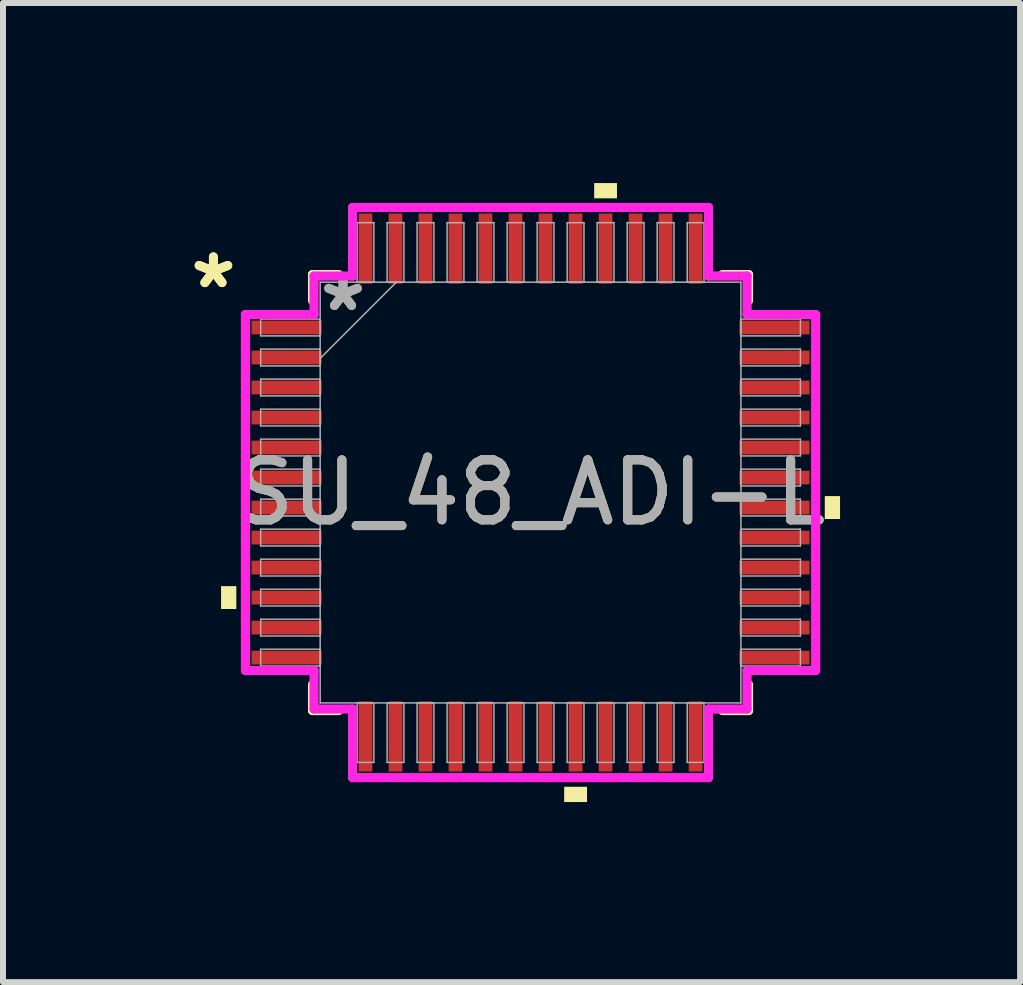
<source format=kicad_pcb>
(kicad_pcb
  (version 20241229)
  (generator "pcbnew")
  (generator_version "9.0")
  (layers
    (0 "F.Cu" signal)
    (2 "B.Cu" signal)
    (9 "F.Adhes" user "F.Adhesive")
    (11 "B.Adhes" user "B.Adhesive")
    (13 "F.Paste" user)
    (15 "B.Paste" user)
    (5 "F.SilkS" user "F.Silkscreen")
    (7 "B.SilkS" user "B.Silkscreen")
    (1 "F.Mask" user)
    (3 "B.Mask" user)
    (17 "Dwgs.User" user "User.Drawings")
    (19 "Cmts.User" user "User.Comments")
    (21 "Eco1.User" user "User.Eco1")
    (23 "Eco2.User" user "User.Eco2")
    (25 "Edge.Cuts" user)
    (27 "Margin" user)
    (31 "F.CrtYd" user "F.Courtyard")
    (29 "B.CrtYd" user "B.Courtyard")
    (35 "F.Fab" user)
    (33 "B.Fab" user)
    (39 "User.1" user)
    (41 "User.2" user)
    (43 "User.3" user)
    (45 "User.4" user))
  (footprint "SU_48_ADI-L"
    (layer "F.Cu")
    (at 5.789 5.156)
    (property "Reference" "SU_48_ADI-L" (at 0 0 0) (unlocked yes) (layer "F.SilkS") (effects (font (size 1 1) (thickness 0.15))))
    (attr smd)
    (fp_line (start -3.632 -3.632) (end -3.632 -3.197) (stroke (width 0.152) (type solid)) (layer "F.SilkS"))
    (fp_line (start -3.632 3.197) (end -3.632 3.632) (stroke (width 0.152) (type solid)) (layer "F.SilkS"))
    (fp_line (start -3.632 3.632) (end -3.197 3.632) (stroke (width 0.152) (type solid)) (layer "F.SilkS"))
    (fp_line (start -3.197 -3.632) (end -3.632 -3.632) (stroke (width 0.152) (type solid)) (layer "F.SilkS"))
    (fp_line (start 3.197 3.632) (end 3.632 3.632) (stroke (width 0.152) (type solid)) (layer "F.SilkS"))
    (fp_line (start 3.632 -3.632) (end 3.197 -3.632) (stroke (width 0.152) (type solid)) (layer "F.SilkS"))
    (fp_line (start 3.632 -3.197) (end 3.632 -3.632) (stroke (width 0.152) (type solid)) (layer "F.SilkS"))
    (fp_line (start 3.632 3.632) (end 3.632 3.197) (stroke (width 0.152) (type solid)) (layer "F.SilkS"))
    (fp_poly (pts (xy -5.156 1.559) (xy -5.156 1.94) (xy -4.902 1.94) (xy -4.902 1.559)) (stroke (width 0) (type solid)) (fill yes) (layer "F.SilkS"))
    (fp_poly (pts (xy 0.56 4.902) (xy 0.56 5.156) (xy 0.941 5.156) (xy 0.941 4.902)) (stroke (width 0) (type solid)) (fill yes) (layer "F.SilkS"))
    (fp_poly (pts (xy 1.06 -4.902) (xy 1.06 -5.156) (xy 1.44 -5.156) (xy 1.44 -4.902)) (stroke (width 0) (type solid)) (fill yes) (layer "F.SilkS"))
    (fp_poly (pts (xy 5.156 0.059) (xy 5.156 0.441) (xy 4.902 0.441) (xy 4.902 0.059)) (stroke (width 0) (type solid)) (fill yes) (layer "F.SilkS"))
    (fp_line (start -4.75 -2.966) (end -3.607 -2.966) (stroke (width 0.152) (type solid)) (layer "F.CrtYd"))
    (fp_line (start -4.75 2.966) (end -4.75 -2.966) (stroke (width 0.152) (type solid)) (layer "F.CrtYd"))
    (fp_line (start -3.607 -3.607) (end -2.966 -3.607) (stroke (width 0.152) (type solid)) (layer "F.CrtYd"))
    (fp_line (start -3.607 -2.966) (end -3.607 -3.607) (stroke (width 0.152) (type solid)) (layer "F.CrtYd"))
    (fp_line (start -3.607 2.966) (end -4.75 2.966) (stroke (width 0.152) (type solid)) (layer "F.CrtYd"))
    (fp_line (start -3.607 3.607) (end -3.607 2.966) (stroke (width 0.152) (type solid)) (layer "F.CrtYd"))
    (fp_line (start -3.607 3.607) (end -2.966 3.607) (stroke (width 0.152) (type solid)) (layer "F.CrtYd"))
    (fp_line (start -2.966 -4.75) (end 2.966 -4.75) (stroke (width 0.152) (type solid)) (layer "F.CrtYd"))
    (fp_line (start -2.966 -3.607) (end -2.966 -4.75) (stroke (width 0.152) (type solid)) (layer "F.CrtYd"))
    (fp_line (start -2.966 3.607) (end -2.966 4.75) (stroke (width 0.152) (type solid)) (layer "F.CrtYd"))
    (fp_line (start -2.966 4.75) (end 2.966 4.75) (stroke (width 0.152) (type solid)) (layer "F.CrtYd"))
    (fp_line (start 2.966 -4.75) (end 2.966 -3.607) (stroke (width 0.152) (type solid)) (layer "F.CrtYd"))
    (fp_line (start 2.966 -3.607) (end 3.607 -3.607) (stroke (width 0.152) (type solid)) (layer "F.CrtYd"))
    (fp_line (start 2.966 3.607) (end 3.607 3.607) (stroke (width 0.152) (type solid)) (layer "F.CrtYd"))
    (fp_line (start 2.966 4.75) (end 2.966 3.607) (stroke (width 0.152) (type solid)) (layer "F.CrtYd"))
    (fp_line (start 3.607 -2.966) (end 3.607 -3.607) (stroke (width 0.152) (type solid)) (layer "F.CrtYd"))
    (fp_line (start 3.607 2.966) (end 4.75 2.966) (stroke (width 0.152) (type solid)) (layer "F.CrtYd"))
    (fp_line (start 3.607 3.607) (end 3.607 2.966) (stroke (width 0.152) (type solid)) (layer "F.CrtYd"))
    (fp_line (start 4.75 -2.966) (end 3.607 -2.966) (stroke (width 0.152) (type solid)) (layer "F.CrtYd"))
    (fp_line (start 4.75 2.966) (end 4.75 -2.966) (stroke (width 0.152) (type solid)) (layer "F.CrtYd"))
    (fp_line (start -4.496 -2.89) (end -4.496 -2.61) (stroke (width 0.025) (type solid)) (layer "F.Fab"))
    (fp_line (start -4.496 -2.61) (end -3.505 -2.61) (stroke (width 0.025) (type solid)) (layer "F.Fab"))
    (fp_line (start -4.496 -2.39) (end -4.496 -2.11) (stroke (width 0.025) (type solid)) (layer "F.Fab"))
    (fp_line (start -4.496 -2.11) (end -3.505 -2.11) (stroke (width 0.025) (type solid)) (layer "F.Fab"))
    (fp_line (start -4.496 -1.89) (end -4.496 -1.61) (stroke (width 0.025) (type solid)) (layer "F.Fab"))
    (fp_line (start -4.496 -1.61) (end -3.505 -1.61) (stroke (width 0.025) (type solid)) (layer "F.Fab"))
    (fp_line (start -4.496 -1.39) (end -4.496 -1.11) (stroke (width 0.025) (type solid)) (layer "F.Fab"))
    (fp_line (start -4.496 -1.11) (end -3.505 -1.11) (stroke (width 0.025) (type solid)) (layer "F.Fab"))
    (fp_line (start -4.496 -0.89) (end -4.496 -0.61) (stroke (width 0.025) (type solid)) (layer "F.Fab"))
    (fp_line (start -4.496 -0.61) (end -3.505 -0.61) (stroke (width 0.025) (type solid)) (layer "F.Fab"))
    (fp_line (start -4.496 -0.39) (end -4.496 -0.11) (stroke (width 0.025) (type solid)) (layer "F.Fab"))
    (fp_line (start -4.496 -0.11) (end -3.505 -0.11) (stroke (width 0.025) (type solid)) (layer "F.Fab"))
    (fp_line (start -4.496 0.11) (end -4.496 0.39) (stroke (width 0.025) (type solid)) (layer "F.Fab"))
    (fp_line (start -4.496 0.39) (end -3.505 0.39) (stroke (width 0.025) (type solid)) (layer "F.Fab"))
    (fp_line (start -4.496 0.61) (end -4.496 0.89) (stroke (width 0.025) (type solid)) (layer "F.Fab"))
    (fp_line (start -4.496 0.89) (end -3.505 0.89) (stroke (width 0.025) (type solid)) (layer "F.Fab"))
    (fp_line (start -4.496 1.11) (end -4.496 1.39) (stroke (width 0.025) (type solid)) (layer "F.Fab"))
    (fp_line (start -4.496 1.39) (end -3.505 1.39) (stroke (width 0.025) (type solid)) (layer "F.Fab"))
    (fp_line (start -4.496 1.61) (end -4.496 1.89) (stroke (width 0.025) (type solid)) (layer "F.Fab"))
    (fp_line (start -4.496 1.89) (end -3.505 1.89) (stroke (width 0.025) (type solid)) (layer "F.Fab"))
    (fp_line (start -4.496 2.11) (end -4.496 2.39) (stroke (width 0.025) (type solid)) (layer "F.Fab"))
    (fp_line (start -4.496 2.39) (end -3.505 2.39) (stroke (width 0.025) (type solid)) (layer "F.Fab"))
    (fp_line (start -4.496 2.61) (end -4.496 2.89) (stroke (width 0.025) (type solid)) (layer "F.Fab"))
    (fp_line (start -4.496 2.89) (end -3.505 2.89) (stroke (width 0.025) (type solid)) (layer "F.Fab"))
    (fp_line (start -3.505 -3.505) (end -3.505 3.505) (stroke (width 0.025) (type solid)) (layer "F.Fab"))
    (fp_line (start -3.505 -2.89) (end -4.496 -2.89) (stroke (width 0.025) (type solid)) (layer "F.Fab"))
    (fp_line (start -3.505 -2.61) (end -3.505 -2.89) (stroke (width 0.025) (type solid)) (layer "F.Fab"))
    (fp_line (start -3.505 -2.39) (end -4.496 -2.39) (stroke (width 0.025) (type solid)) (layer "F.Fab"))
    (fp_line (start -3.505 -2.235) (end -2.235 -3.505) (stroke (width 0.025) (type solid)) (layer "F.Fab"))
    (fp_line (start -3.505 -2.11) (end -3.505 -2.39) (stroke (width 0.025) (type solid)) (layer "F.Fab"))
    (fp_line (start -3.505 -1.89) (end -4.496 -1.89) (stroke (width 0.025) (type solid)) (layer "F.Fab"))
    (fp_line (start -3.505 -1.61) (end -3.505 -1.89) (stroke (width 0.025) (type solid)) (layer "F.Fab"))
    (fp_line (start -3.505 -1.39) (end -4.496 -1.39) (stroke (width 0.025) (type solid)) (layer "F.Fab"))
    (fp_line (start -3.505 -1.11) (end -3.505 -1.39) (stroke (width 0.025) (type solid)) (layer "F.Fab"))
    (fp_line (start -3.505 -0.89) (end -4.496 -0.89) (stroke (width 0.025) (type solid)) (layer "F.Fab"))
    (fp_line (start -3.505 -0.61) (end -3.505 -0.89) (stroke (width 0.025) (type solid)) (layer "F.Fab"))
    (fp_line (start -3.505 -0.39) (end -4.496 -0.39) (stroke (width 0.025) (type solid)) (layer "F.Fab"))
    (fp_line (start -3.505 -0.11) (end -3.505 -0.39) (stroke (width 0.025) (type solid)) (layer "F.Fab"))
    (fp_line (start -3.505 0.11) (end -4.496 0.11) (stroke (width 0.025) (type solid)) (layer "F.Fab"))
    (fp_line (start -3.505 0.39) (end -3.505 0.11) (stroke (width 0.025) (type solid)) (layer "F.Fab"))
    (fp_line (start -3.505 0.61) (end -4.496 0.61) (stroke (width 0.025) (type solid)) (layer "F.Fab"))
    (fp_line (start -3.505 0.89) (end -3.505 0.61) (stroke (width 0.025) (type solid)) (layer "F.Fab"))
    (fp_line (start -3.505 1.11) (end -4.496 1.11) (stroke (width 0.025) (type solid)) (layer "F.Fab"))
    (fp_line (start -3.505 1.39) (end -3.505 1.11) (stroke (width 0.025) (type solid)) (layer "F.Fab"))
    (fp_line (start -3.505 1.61) (end -4.496 1.61) (stroke (width 0.025) (type solid)) (layer "F.Fab"))
    (fp_line (start -3.505 1.89) (end -3.505 1.61) (stroke (width 0.025) (type solid)) (layer "F.Fab"))
    (fp_line (start -3.505 2.11) (end -4.496 2.11) (stroke (width 0.025) (type solid)) (layer "F.Fab"))
    (fp_line (start -3.505 2.39) (end -3.505 2.11) (stroke (width 0.025) (type solid)) (layer "F.Fab"))
    (fp_line (start -3.505 2.61) (end -4.496 2.61) (stroke (width 0.025) (type solid)) (layer "F.Fab"))
    (fp_line (start -3.505 2.89) (end -3.505 2.61) (stroke (width 0.025) (type solid)) (layer "F.Fab"))
    (fp_line (start -3.505 3.505) (end 3.505 3.505) (stroke (width 0.025) (type solid)) (layer "F.Fab"))
    (fp_line (start -2.89 -4.496) (end -2.89 -3.505) (stroke (width 0.025) (type solid)) (layer "F.Fab"))
    (fp_line (start -2.89 -3.505) (end -2.61 -3.505) (stroke (width 0.025) (type solid)) (layer "F.Fab"))
    (fp_line (start -2.89 3.505) (end -2.89 4.496) (stroke (width 0.025) (type solid)) (layer "F.Fab"))
    (fp_line (start -2.89 4.496) (end -2.61 4.496) (stroke (width 0.025) (type solid)) (layer "F.Fab"))
    (fp_line (start -2.61 -4.496) (end -2.89 -4.496) (stroke (width 0.025) (type solid)) (layer "F.Fab"))
    (fp_line (start -2.61 -3.505) (end -2.61 -4.496) (stroke (width 0.025) (type solid)) (layer "F.Fab"))
    (fp_line (start -2.61 3.505) (end -2.89 3.505) (stroke (width 0.025) (type solid)) (layer "F.Fab"))
    (fp_line (start -2.61 4.496) (end -2.61 3.505) (stroke (width 0.025) (type solid)) (layer "F.Fab"))
    (fp_line (start -2.39 -4.496) (end -2.39 -3.505) (stroke (width 0.025) (type solid)) (layer "F.Fab"))
    (fp_line (start -2.39 -3.505) (end -2.11 -3.505) (stroke (width 0.025) (type solid)) (layer "F.Fab"))
    (fp_line (start -2.39 3.505) (end -2.39 4.496) (stroke (width 0.025) (type solid)) (layer "F.Fab"))
    (fp_line (start -2.39 4.496) (end -2.11 4.496) (stroke (width 0.025) (type solid)) (layer "F.Fab"))
    (fp_line (start -2.11 -4.496) (end -2.39 -4.496) (stroke (width 0.025) (type solid)) (layer "F.Fab"))
    (fp_line (start -2.11 -3.505) (end -2.11 -4.496) (stroke (width 0.025) (type solid)) (layer "F.Fab"))
    (fp_line (start -2.11 3.505) (end -2.39 3.505) (stroke (width 0.025) (type solid)) (layer "F.Fab"))
    (fp_line (start -2.11 4.496) (end -2.11 3.505) (stroke (width 0.025) (type solid)) (layer "F.Fab"))
    (fp_line (start -1.89 -4.496) (end -1.89 -3.505) (stroke (width 0.025) (type solid)) (layer "F.Fab"))
    (fp_line (start -1.89 -3.505) (end -1.61 -3.505) (stroke (width 0.025) (type solid)) (layer "F.Fab"))
    (fp_line (start -1.89 3.505) (end -1.89 4.496) (stroke (width 0.025) (type solid)) (layer "F.Fab"))
    (fp_line (start -1.89 4.496) (end -1.61 4.496) (stroke (width 0.025) (type solid)) (layer "F.Fab"))
    (fp_line (start -1.61 -4.496) (end -1.89 -4.496) (stroke (width 0.025) (type solid)) (layer "F.Fab"))
    (fp_line (start -1.61 -3.505) (end -1.61 -4.496) (stroke (width 0.025) (type solid)) (layer "F.Fab"))
    (fp_line (start -1.61 3.505) (end -1.89 3.505) (stroke (width 0.025) (type solid)) (layer "F.Fab"))
    (fp_line (start -1.61 4.496) (end -1.61 3.505) (stroke (width 0.025) (type solid)) (layer "F.Fab"))
    (fp_line (start -1.39 -4.496) (end -1.39 -3.505) (stroke (width 0.025) (type solid)) (layer "F.Fab"))
    (fp_line (start -1.39 -3.505) (end -1.11 -3.505) (stroke (width 0.025) (type solid)) (layer "F.Fab"))
    (fp_line (start -1.39 3.505) (end -1.39 4.496) (stroke (width 0.025) (type solid)) (layer "F.Fab"))
    (fp_line (start -1.39 4.496) (end -1.11 4.496) (stroke (width 0.025) (type solid)) (layer "F.Fab"))
    (fp_line (start -1.11 -4.496) (end -1.39 -4.496) (stroke (width 0.025) (type solid)) (layer "F.Fab"))
    (fp_line (start -1.11 -3.505) (end -1.11 -4.496) (stroke (width 0.025) (type solid)) (layer "F.Fab"))
    (fp_line (start -1.11 3.505) (end -1.39 3.505) (stroke (width 0.025) (type solid)) (layer "F.Fab"))
    (fp_line (start -1.11 4.496) (end -1.11 3.505) (stroke (width 0.025) (type solid)) (layer "F.Fab"))
    (fp_line (start -0.89 -4.496) (end -0.89 -3.505) (stroke (width 0.025) (type solid)) (layer "F.Fab"))
    (fp_line (start -0.89 -3.505) (end -0.61 -3.505) (stroke (width 0.025) (type solid)) (layer "F.Fab"))
    (fp_line (start -0.89 3.505) (end -0.89 4.496) (stroke (width 0.025) (type solid)) (layer "F.Fab"))
    (fp_line (start -0.89 4.496) (end -0.61 4.496) (stroke (width 0.025) (type solid)) (layer "F.Fab"))
    (fp_line (start -0.61 -4.496) (end -0.89 -4.496) (stroke (width 0.025) (type solid)) (layer "F.Fab"))
    (fp_line (start -0.61 -3.505) (end -0.61 -4.496) (stroke (width 0.025) (type solid)) (layer "F.Fab"))
    (fp_line (start -0.61 3.505) (end -0.89 3.505) (stroke (width 0.025) (type solid)) (layer "F.Fab"))
    (fp_line (start -0.61 4.496) (end -0.61 3.505) (stroke (width 0.025) (type solid)) (layer "F.Fab"))
    (fp_line (start -0.39 -4.496) (end -0.39 -3.505) (stroke (width 0.025) (type solid)) (layer "F.Fab"))
    (fp_line (start -0.39 -3.505) (end -0.11 -3.505) (stroke (width 0.025) (type solid)) (layer "F.Fab"))
    (fp_line (start -0.39 3.505) (end -0.39 4.496) (stroke (width 0.025) (type solid)) (layer "F.Fab"))
    (fp_line (start -0.39 4.496) (end -0.11 4.496) (stroke (width 0.025) (type solid)) (layer "F.Fab"))
    (fp_line (start -0.11 -4.496) (end -0.39 -4.496) (stroke (width 0.025) (type solid)) (layer "F.Fab"))
    (fp_line (start -0.11 -3.505) (end -0.11 -4.496) (stroke (width 0.025) (type solid)) (layer "F.Fab"))
    (fp_line (start -0.11 3.505) (end -0.39 3.505) (stroke (width 0.025) (type solid)) (layer "F.Fab"))
    (fp_line (start -0.11 4.496) (end -0.11 3.505) (stroke (width 0.025) (type solid)) (layer "F.Fab"))
    (fp_line (start 0.11 -4.496) (end 0.11 -3.505) (stroke (width 0.025) (type solid)) (layer "F.Fab"))
    (fp_line (start 0.11 -3.505) (end 0.39 -3.505) (stroke (width 0.025) (type solid)) (layer "F.Fab"))
    (fp_line (start 0.11 3.505) (end 0.11 4.496) (stroke (width 0.025) (type solid)) (layer "F.Fab"))
    (fp_line (start 0.11 4.496) (end 0.39 4.496) (stroke (width 0.025) (type solid)) (layer "F.Fab"))
    (fp_line (start 0.39 -4.496) (end 0.11 -4.496) (stroke (width 0.025) (type solid)) (layer "F.Fab"))
    (fp_line (start 0.39 -3.505) (end 0.39 -4.496) (stroke (width 0.025) (type solid)) (layer "F.Fab"))
    (fp_line (start 0.39 3.505) (end 0.11 3.505) (stroke (width 0.025) (type solid)) (layer "F.Fab"))
    (fp_line (start 0.39 4.496) (end 0.39 3.505) (stroke (width 0.025) (type solid)) (layer "F.Fab"))
    (fp_line (start 0.61 -4.496) (end 0.61 -3.505) (stroke (width 0.025) (type solid)) (layer "F.Fab"))
    (fp_line (start 0.61 -3.505) (end 0.89 -3.505) (stroke (width 0.025) (type solid)) (layer "F.Fab"))
    (fp_line (start 0.61 3.505) (end 0.61 4.496) (stroke (width 0.025) (type solid)) (layer "F.Fab"))
    (fp_line (start 0.61 4.496) (end 0.89 4.496) (stroke (width 0.025) (type solid)) (layer "F.Fab"))
    (fp_line (start 0.89 -4.496) (end 0.61 -4.496) (stroke (width 0.025) (type solid)) (layer "F.Fab"))
    (fp_line (start 0.89 -3.505) (end 0.89 -4.496) (stroke (width 0.025) (type solid)) (layer "F.Fab"))
    (fp_line (start 0.89 3.505) (end 0.61 3.505) (stroke (width 0.025) (type solid)) (layer "F.Fab"))
    (fp_line (start 0.89 4.496) (end 0.89 3.505) (stroke (width 0.025) (type solid)) (layer "F.Fab"))
    (fp_line (start 1.11 -4.496) (end 1.11 -3.505) (stroke (width 0.025) (type solid)) (layer "F.Fab"))
    (fp_line (start 1.11 -3.505) (end 1.39 -3.505) (stroke (width 0.025) (type solid)) (layer "F.Fab"))
    (fp_line (start 1.11 3.505) (end 1.11 4.496) (stroke (width 0.025) (type solid)) (layer "F.Fab"))
    (fp_line (start 1.11 4.496) (end 1.39 4.496) (stroke (width 0.025) (type solid)) (layer "F.Fab"))
    (fp_line (start 1.39 -4.496) (end 1.11 -4.496) (stroke (width 0.025) (type solid)) (layer "F.Fab"))
    (fp_line (start 1.39 -3.505) (end 1.39 -4.496) (stroke (width 0.025) (type solid)) (layer "F.Fab"))
    (fp_line (start 1.39 3.505) (end 1.11 3.505) (stroke (width 0.025) (type solid)) (layer "F.Fab"))
    (fp_line (start 1.39 4.496) (end 1.39 3.505) (stroke (width 0.025) (type solid)) (layer "F.Fab"))
    (fp_line (start 1.61 -4.496) (end 1.61 -3.505) (stroke (width 0.025) (type solid)) (layer "F.Fab"))
    (fp_line (start 1.61 -3.505) (end 1.89 -3.505) (stroke (width 0.025) (type solid)) (layer "F.Fab"))
    (fp_line (start 1.61 3.505) (end 1.61 4.496) (stroke (width 0.025) (type solid)) (layer "F.Fab"))
    (fp_line (start 1.61 4.496) (end 1.89 4.496) (stroke (width 0.025) (type solid)) (layer "F.Fab"))
    (fp_line (start 1.89 -4.496) (end 1.61 -4.496) (stroke (width 0.025) (type solid)) (layer "F.Fab"))
    (fp_line (start 1.89 -3.505) (end 1.89 -4.496) (stroke (width 0.025) (type solid)) (layer "F.Fab"))
    (fp_line (start 1.89 3.505) (end 1.61 3.505) (stroke (width 0.025) (type solid)) (layer "F.Fab"))
    (fp_line (start 1.89 4.496) (end 1.89 3.505) (stroke (width 0.025) (type solid)) (layer "F.Fab"))
    (fp_line (start 2.11 -4.496) (end 2.11 -3.505) (stroke (width 0.025) (type solid)) (layer "F.Fab"))
    (fp_line (start 2.11 -3.505) (end 2.39 -3.505) (stroke (width 0.025) (type solid)) (layer "F.Fab"))
    (fp_line (start 2.11 3.505) (end 2.11 4.496) (stroke (width 0.025) (type solid)) (layer "F.Fab"))
    (fp_line (start 2.11 4.496) (end 2.39 4.496) (stroke (width 0.025) (type solid)) (layer "F.Fab"))
    (fp_line (start 2.39 -4.496) (end 2.11 -4.496) (stroke (width 0.025) (type solid)) (layer "F.Fab"))
    (fp_line (start 2.39 -3.505) (end 2.39 -4.496) (stroke (width 0.025) (type solid)) (layer "F.Fab"))
    (fp_line (start 2.39 3.505) (end 2.11 3.505) (stroke (width 0.025) (type solid)) (layer "F.Fab"))
    (fp_line (start 2.39 4.496) (end 2.39 3.505) (stroke (width 0.025) (type solid)) (layer "F.Fab"))
    (fp_line (start 2.61 -4.496) (end 2.61 -3.505) (stroke (width 0.025) (type solid)) (layer "F.Fab"))
    (fp_line (start 2.61 -3.505) (end 2.89 -3.505) (stroke (width 0.025) (type solid)) (layer "F.Fab"))
    (fp_line (start 2.61 3.505) (end 2.61 4.496) (stroke (width 0.025) (type solid)) (layer "F.Fab"))
    (fp_line (start 2.61 4.496) (end 2.89 4.496) (stroke (width 0.025) (type solid)) (layer "F.Fab"))
    (fp_line (start 2.89 -4.496) (end 2.61 -4.496) (stroke (width 0.025) (type solid)) (layer "F.Fab"))
    (fp_line (start 2.89 -3.505) (end 2.89 -4.496) (stroke (width 0.025) (type solid)) (layer "F.Fab"))
    (fp_line (start 2.89 3.505) (end 2.61 3.505) (stroke (width 0.025) (type solid)) (layer "F.Fab"))
    (fp_line (start 2.89 4.496) (end 2.89 3.505) (stroke (width 0.025) (type solid)) (layer "F.Fab"))
    (fp_line (start 3.505 -3.505) (end -3.505 -3.505) (stroke (width 0.025) (type solid)) (layer "F.Fab"))
    (fp_line (start 3.505 -2.89) (end 3.505 -2.61) (stroke (width 0.025) (type solid)) (layer "F.Fab"))
    (fp_line (start 3.505 -2.61) (end 4.496 -2.61) (stroke (width 0.025) (type solid)) (layer "F.Fab"))
    (fp_line (start 3.505 -2.39) (end 3.505 -2.11) (stroke (width 0.025) (type solid)) (layer "F.Fab"))
    (fp_line (start 3.505 -2.11) (end 4.496 -2.11) (stroke (width 0.025) (type solid)) (layer "F.Fab"))
    (fp_line (start 3.505 -1.89) (end 3.505 -1.61) (stroke (width 0.025) (type solid)) (layer "F.Fab"))
    (fp_line (start 3.505 -1.61) (end 4.496 -1.61) (stroke (width 0.025) (type solid)) (layer "F.Fab"))
    (fp_line (start 3.505 -1.39) (end 3.505 -1.11) (stroke (width 0.025) (type solid)) (layer "F.Fab"))
    (fp_line (start 3.505 -1.11) (end 4.496 -1.11) (stroke (width 0.025) (type solid)) (layer "F.Fab"))
    (fp_line (start 3.505 -0.89) (end 3.505 -0.61) (stroke (width 0.025) (type solid)) (layer "F.Fab"))
    (fp_line (start 3.505 -0.61) (end 4.496 -0.61) (stroke (width 0.025) (type solid)) (layer "F.Fab"))
    (fp_line (start 3.505 -0.39) (end 3.505 -0.11) (stroke (width 0.025) (type solid)) (layer "F.Fab"))
    (fp_line (start 3.505 -0.11) (end 4.496 -0.11) (stroke (width 0.025) (type solid)) (layer "F.Fab"))
    (fp_line (start 3.505 0.11) (end 3.505 0.39) (stroke (width 0.025) (type solid)) (layer "F.Fab"))
    (fp_line (start 3.505 0.39) (end 4.496 0.39) (stroke (width 0.025) (type solid)) (layer "F.Fab"))
    (fp_line (start 3.505 0.61) (end 3.505 0.89) (stroke (width 0.025) (type solid)) (layer "F.Fab"))
    (fp_line (start 3.505 0.89) (end 4.496 0.89) (stroke (width 0.025) (type solid)) (layer "F.Fab"))
    (fp_line (start 3.505 1.11) (end 3.505 1.39) (stroke (width 0.025) (type solid)) (layer "F.Fab"))
    (fp_line (start 3.505 1.39) (end 4.496 1.39) (stroke (width 0.025) (type solid)) (layer "F.Fab"))
    (fp_line (start 3.505 1.61) (end 3.505 1.89) (stroke (width 0.025) (type solid)) (layer "F.Fab"))
    (fp_line (start 3.505 1.89) (end 4.496 1.89) (stroke (width 0.025) (type solid)) (layer "F.Fab"))
    (fp_line (start 3.505 2.11) (end 3.505 2.39) (stroke (width 0.025) (type solid)) (layer "F.Fab"))
    (fp_line (start 3.505 2.39) (end 4.496 2.39) (stroke (width 0.025) (type solid)) (layer "F.Fab"))
    (fp_line (start 3.505 2.61) (end 3.505 2.89) (stroke (width 0.025) (type solid)) (layer "F.Fab"))
    (fp_line (start 3.505 2.89) (end 4.496 2.89) (stroke (width 0.025) (type solid)) (layer "F.Fab"))
    (fp_line (start 3.505 3.505) (end 3.505 -3.505) (stroke (width 0.025) (type solid)) (layer "F.Fab"))
    (fp_line (start 4.496 -2.89) (end 3.505 -2.89) (stroke (width 0.025) (type solid)) (layer "F.Fab"))
    (fp_line (start 4.496 -2.61) (end 4.496 -2.89) (stroke (width 0.025) (type solid)) (layer "F.Fab"))
    (fp_line (start 4.496 -2.39) (end 3.505 -2.39) (stroke (width 0.025) (type solid)) (layer "F.Fab"))
    (fp_line (start 4.496 -2.11) (end 4.496 -2.39) (stroke (width 0.025) (type solid)) (layer "F.Fab"))
    (fp_line (start 4.496 -1.89) (end 3.505 -1.89) (stroke (width 0.025) (type solid)) (layer "F.Fab"))
    (fp_line (start 4.496 -1.61) (end 4.496 -1.89) (stroke (width 0.025) (type solid)) (layer "F.Fab"))
    (fp_line (start 4.496 -1.39) (end 3.505 -1.39) (stroke (width 0.025) (type solid)) (layer "F.Fab"))
    (fp_line (start 4.496 -1.11) (end 4.496 -1.39) (stroke (width 0.025) (type solid)) (layer "F.Fab"))
    (fp_line (start 4.496 -0.89) (end 3.505 -0.89) (stroke (width 0.025) (type solid)) (layer "F.Fab"))
    (fp_line (start 4.496 -0.61) (end 4.496 -0.89) (stroke (width 0.025) (type solid)) (layer "F.Fab"))
    (fp_line (start 4.496 -0.39) (end 3.505 -0.39) (stroke (width 0.025) (type solid)) (layer "F.Fab"))
    (fp_line (start 4.496 -0.11) (end 4.496 -0.39) (stroke (width 0.025) (type solid)) (layer "F.Fab"))
    (fp_line (start 4.496 0.11) (end 3.505 0.11) (stroke (width 0.025) (type solid)) (layer "F.Fab"))
    (fp_line (start 4.496 0.39) (end 4.496 0.11) (stroke (width 0.025) (type solid)) (layer "F.Fab"))
    (fp_line (start 4.496 0.61) (end 3.505 0.61) (stroke (width 0.025) (type solid)) (layer "F.Fab"))
    (fp_line (start 4.496 0.89) (end 4.496 0.61) (stroke (width 0.025) (type solid)) (layer "F.Fab"))
    (fp_line (start 4.496 1.11) (end 3.505 1.11) (stroke (width 0.025) (type solid)) (layer "F.Fab"))
    (fp_line (start 4.496 1.39) (end 4.496 1.11) (stroke (width 0.025) (type solid)) (layer "F.Fab"))
    (fp_line (start 4.496 1.61) (end 3.505 1.61) (stroke (width 0.025) (type solid)) (layer "F.Fab"))
    (fp_line (start 4.496 1.89) (end 4.496 1.61) (stroke (width 0.025) (type solid)) (layer "F.Fab"))
    (fp_line (start 4.496 2.11) (end 3.505 2.11) (stroke (width 0.025) (type solid)) (layer "F.Fab"))
    (fp_line (start 4.496 2.39) (end 4.496 2.11) (stroke (width 0.025) (type solid)) (layer "F.Fab"))
    (fp_line (start 4.496 2.61) (end 3.505 2.61) (stroke (width 0.025) (type solid)) (layer "F.Fab"))
    (fp_line (start 4.496 2.89) (end 4.496 2.61) (stroke (width 0.025) (type solid)) (layer "F.Fab"))
    (fp_text user "*" (at -5.283 -3.381 0) (unlocked yes) (layer "F.SilkS") (effects (font (size 1 1) (thickness 0.15))))
    (fp_text user "*" (at -5.283 -3.381 0) (layer "F.SilkS") (effects (font (size 1 1) (thickness 0.15))))
    (fp_text user "*" (at -3.124 -3 0) (unlocked yes) (layer "F.Fab") (effects (font (size 1 1) (thickness 0.15))))
    (fp_text user "*" (at -3.124 -3 0) (layer "F.Fab") (effects (font (size 1 1) (thickness 0.15))))
    (fp_text user "${REFERENCE}" (at 0 0 0) (unlocked yes) (layer "F.Fab") (effects (font (size 1 1) (thickness 0.15))))
    (pad "1" smd rect (at -4.064 -2.75 90) (size 0.229 1.168) (layers "F.Cu" "F.Mask" "F.Paste"))
    (pad "2" smd rect (at -4.064 -2.25 90) (size 0.229 1.168) (layers "F.Cu" "F.Mask" "F.Paste"))
    (pad "3" smd rect (at -4.064 -1.75 90) (size 0.229 1.168) (layers "F.Cu" "F.Mask" "F.Paste"))
    (pad "4" smd rect (at -4.064 -1.25 90) (size 0.229 1.168) (layers "F.Cu" "F.Mask" "F.Paste"))
    (pad "5" smd rect (at -4.064 -0.75 90) (size 0.229 1.168) (layers "F.Cu" "F.Mask" "F.Paste"))
    (pad "6" smd rect (at -4.064 -0.25 90) (size 0.229 1.168) (layers "F.Cu" "F.Mask" "F.Paste"))
    (pad "7" smd rect (at -4.064 0.25 90) (size 0.229 1.168) (layers "F.Cu" "F.Mask" "F.Paste"))
    (pad "8" smd rect (at -4.064 0.75 90) (size 0.229 1.168) (layers "F.Cu" "F.Mask" "F.Paste"))
    (pad "9" smd rect (at -4.064 1.25 90) (size 0.229 1.168) (layers "F.Cu" "F.Mask" "F.Paste"))
    (pad "10" smd rect (at -4.064 1.75 90) (size 0.229 1.168) (layers "F.Cu" "F.Mask" "F.Paste"))
    (pad "11" smd rect (at -4.064 2.25 90) (size 0.229 1.168) (layers "F.Cu" "F.Mask" "F.Paste"))
    (pad "12" smd rect (at -4.064 2.75 90) (size 0.229 1.168) (layers "F.Cu" "F.Mask" "F.Paste"))
    (pad "13" smd rect (at -2.75 4.064) (size 0.229 1.168) (layers "F.Cu" "F.Mask" "F.Paste"))
    (pad "14" smd rect (at -2.25 4.064) (size 0.229 1.168) (layers "F.Cu" "F.Mask" "F.Paste"))
    (pad "15" smd rect (at -1.75 4.064) (size 0.229 1.168) (layers "F.Cu" "F.Mask" "F.Paste"))
    (pad "16" smd rect (at -1.25 4.064) (size 0.229 1.168) (layers "F.Cu" "F.Mask" "F.Paste"))
    (pad "17" smd rect (at -0.75 4.064) (size 0.229 1.168) (layers "F.Cu" "F.Mask" "F.Paste"))
    (pad "18" smd rect (at -0.25 4.064) (size 0.229 1.168) (layers "F.Cu" "F.Mask" "F.Paste"))
    (pad "19" smd rect (at 0.25 4.064) (size 0.229 1.168) (layers "F.Cu" "F.Mask" "F.Paste"))
    (pad "20" smd rect (at 0.75 4.064) (size 0.229 1.168) (layers "F.Cu" "F.Mask" "F.Paste"))
    (pad "21" smd rect (at 1.25 4.064) (size 0.229 1.168) (layers "F.Cu" "F.Mask" "F.Paste"))
    (pad "22" smd rect (at 1.75 4.064) (size 0.229 1.168) (layers "F.Cu" "F.Mask" "F.Paste"))
    (pad "23" smd rect (at 2.25 4.064) (size 0.229 1.168) (layers "F.Cu" "F.Mask" "F.Paste"))
    (pad "24" smd rect (at 2.75 4.064) (size 0.229 1.168) (layers "F.Cu" "F.Mask" "F.Paste"))
    (pad "25" smd rect (at 4.064 2.75 90) (size 0.229 1.168) (layers "F.Cu" "F.Mask" "F.Paste"))
    (pad "26" smd rect (at 4.064 2.25 90) (size 0.229 1.168) (layers "F.Cu" "F.Mask" "F.Paste"))
    (pad "27" smd rect (at 4.064 1.75 90) (size 0.229 1.168) (layers "F.Cu" "F.Mask" "F.Paste"))
    (pad "28" smd rect (at 4.064 1.25 90) (size 0.229 1.168) (layers "F.Cu" "F.Mask" "F.Paste"))
    (pad "29" smd rect (at 4.064 0.75 90) (size 0.229 1.168) (layers "F.Cu" "F.Mask" "F.Paste"))
    (pad "30" smd rect (at 4.064 0.25 90) (size 0.229 1.168) (layers "F.Cu" "F.Mask" "F.Paste"))
    (pad "31" smd rect (at 4.064 -0.25 90) (size 0.229 1.168) (layers "F.Cu" "F.Mask" "F.Paste"))
    (pad "32" smd rect (at 4.064 -0.75 90) (size 0.229 1.168) (layers "F.Cu" "F.Mask" "F.Paste"))
    (pad "33" smd rect (at 4.064 -1.25 90) (size 0.229 1.168) (layers "F.Cu" "F.Mask" "F.Paste"))
    (pad "34" smd rect (at 4.064 -1.75 90) (size 0.229 1.168) (layers "F.Cu" "F.Mask" "F.Paste"))
    (pad "35" smd rect (at 4.064 -2.25 90) (size 0.229 1.168) (layers "F.Cu" "F.Mask" "F.Paste"))
    (pad "36" smd rect (at 4.064 -2.75 90) (size 0.229 1.168) (layers "F.Cu" "F.Mask" "F.Paste"))
    (pad "37" smd rect (at 2.75 -4.064) (size 0.229 1.168) (layers "F.Cu" "F.Mask" "F.Paste"))
    (pad "38" smd rect (at 2.25 -4.064) (size 0.229 1.168) (layers "F.Cu" "F.Mask" "F.Paste"))
    (pad "39" smd rect (at 1.75 -4.064) (size 0.229 1.168) (layers "F.Cu" "F.Mask" "F.Paste"))
    (pad "40" smd rect (at 1.25 -4.064) (size 0.229 1.168) (layers "F.Cu" "F.Mask" "F.Paste"))
    (pad "41" smd rect (at 0.75 -4.064) (size 0.229 1.168) (layers "F.Cu" "F.Mask" "F.Paste"))
    (pad "42" smd rect (at 0.25 -4.064) (size 0.229 1.168) (layers "F.Cu" "F.Mask" "F.Paste"))
    (pad "43" smd rect (at -0.25 -4.064) (size 0.229 1.168) (layers "F.Cu" "F.Mask" "F.Paste"))
    (pad "44" smd rect (at -0.75 -4.064) (size 0.229 1.168) (layers "F.Cu" "F.Mask" "F.Paste"))
    (pad "45" smd rect (at -1.25 -4.064) (size 0.229 1.168) (layers "F.Cu" "F.Mask" "F.Paste"))
    (pad "46" smd rect (at -1.75 -4.064) (size 0.229 1.168) (layers "F.Cu" "F.Mask" "F.Paste"))
    (pad "47" smd rect (at -2.25 -4.064) (size 0.229 1.168) (layers "F.Cu" "F.Mask" "F.Paste"))
    (pad "48" smd rect (at -2.75 -4.064) (size 0.229 1.168) (layers "F.Cu" "F.Mask" "F.Paste")))
  (gr_rect
    (start -3 -3)
    (end 13.945 13.312)
    (stroke (width 0.1) (type default))
    (fill no)
    (layer "Edge.Cuts")))
</source>
